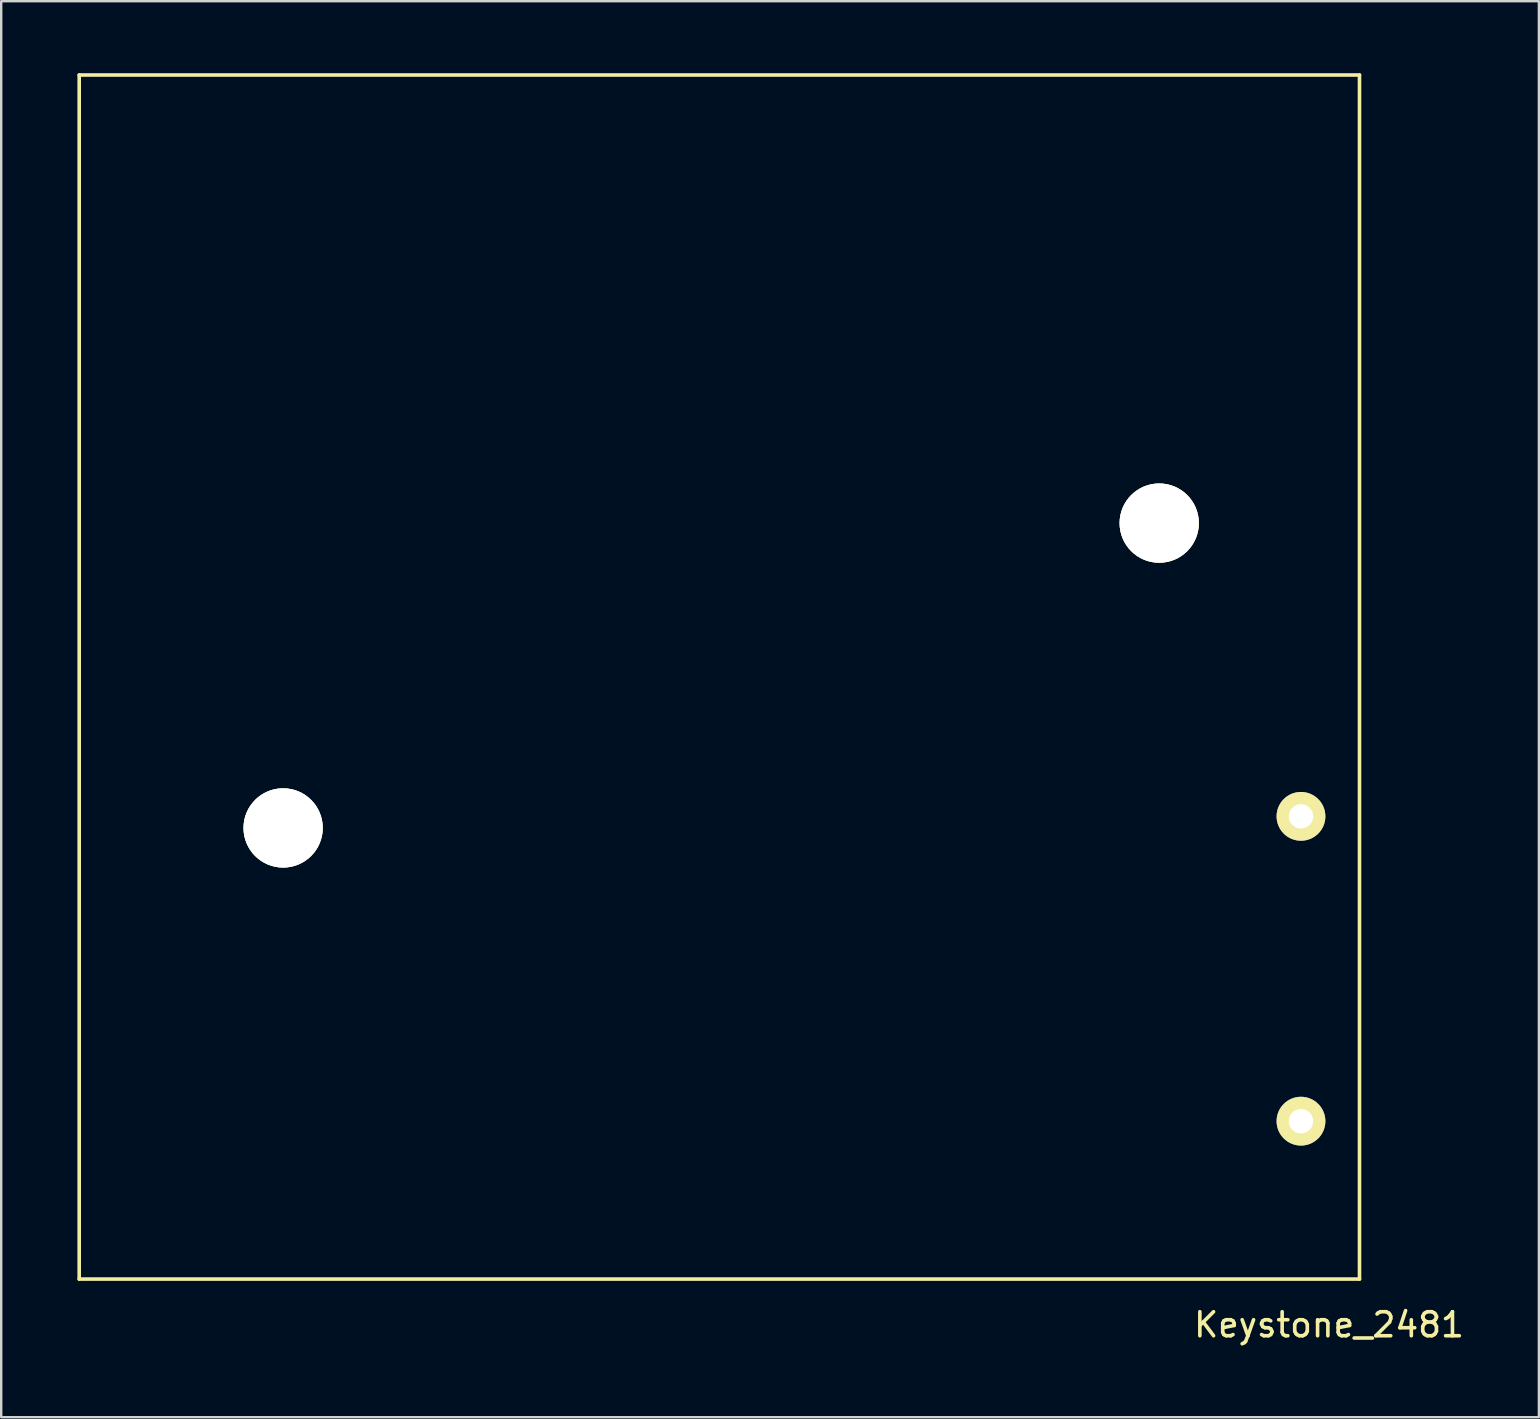
<source format=kicad_pcb>
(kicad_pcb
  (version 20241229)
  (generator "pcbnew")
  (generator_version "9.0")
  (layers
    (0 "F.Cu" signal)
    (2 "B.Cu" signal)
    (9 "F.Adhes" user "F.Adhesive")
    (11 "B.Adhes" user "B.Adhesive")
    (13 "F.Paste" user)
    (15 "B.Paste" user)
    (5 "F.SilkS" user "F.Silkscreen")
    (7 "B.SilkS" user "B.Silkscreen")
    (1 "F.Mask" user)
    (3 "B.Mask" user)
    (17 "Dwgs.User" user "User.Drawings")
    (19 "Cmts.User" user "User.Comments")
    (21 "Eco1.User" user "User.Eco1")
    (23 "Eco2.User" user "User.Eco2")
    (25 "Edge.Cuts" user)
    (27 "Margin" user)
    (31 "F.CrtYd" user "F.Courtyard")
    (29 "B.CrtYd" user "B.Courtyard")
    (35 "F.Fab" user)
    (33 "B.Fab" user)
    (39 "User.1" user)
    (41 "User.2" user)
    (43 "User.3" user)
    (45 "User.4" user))
  (footprint "Keystone_2481"
    (layer "F.Cu")
    (at 0.25 50.24)
    (property "Reference" "Keystone_2481" (at 52.07 1.905 0) (layer "F.SilkS") (effects (font (size 1 1) (thickness 0.15))))
    (attr through_hole)
    (fp_line (start 0 -50.165) (end 53.34 -50.165) (stroke (width 0.15) (type solid)) (layer "F.SilkS"))
    (fp_line (start 0 0) (end 0 -50.165) (stroke (width 0.15) (type solid)) (layer "F.SilkS"))
    (fp_line (start 53.34 -50.165) (end 53.34 0) (stroke (width 0.15) (type solid)) (layer "F.SilkS"))
    (fp_line (start 53.34 0) (end 0 0) (stroke (width 0.15) (type solid)) (layer "F.SilkS"))
    (pad "" thru_hole circle (at 8.496 -18.796) (size 3.302 3.302) (drill 3.302) (layers "*.Cu" "*.Mask" "F.SilkS"))
    (pad "" thru_hole circle (at 44.996 -31.496) (size 3.302 3.302) (drill 3.302) (layers "*.Cu" "*.Mask" "F.SilkS"))
    (pad "1" thru_hole circle (at 50.902 -19.279) (size 2.032 2.032) (drill 1.016) (layers "*.Cu" "*.Mask" "F.SilkS"))
    (pad "2" thru_hole circle (at 50.902 -6.579) (size 2.032 2.032) (drill 1.016) (layers "*.Cu" "*.Mask" "F.SilkS")))
  (gr_rect
    (start -3 -3)
    (end 61.064 55.993)
    (stroke (width 0.1) (type default))
    (fill no)
    (layer "Edge.Cuts")))
</source>
